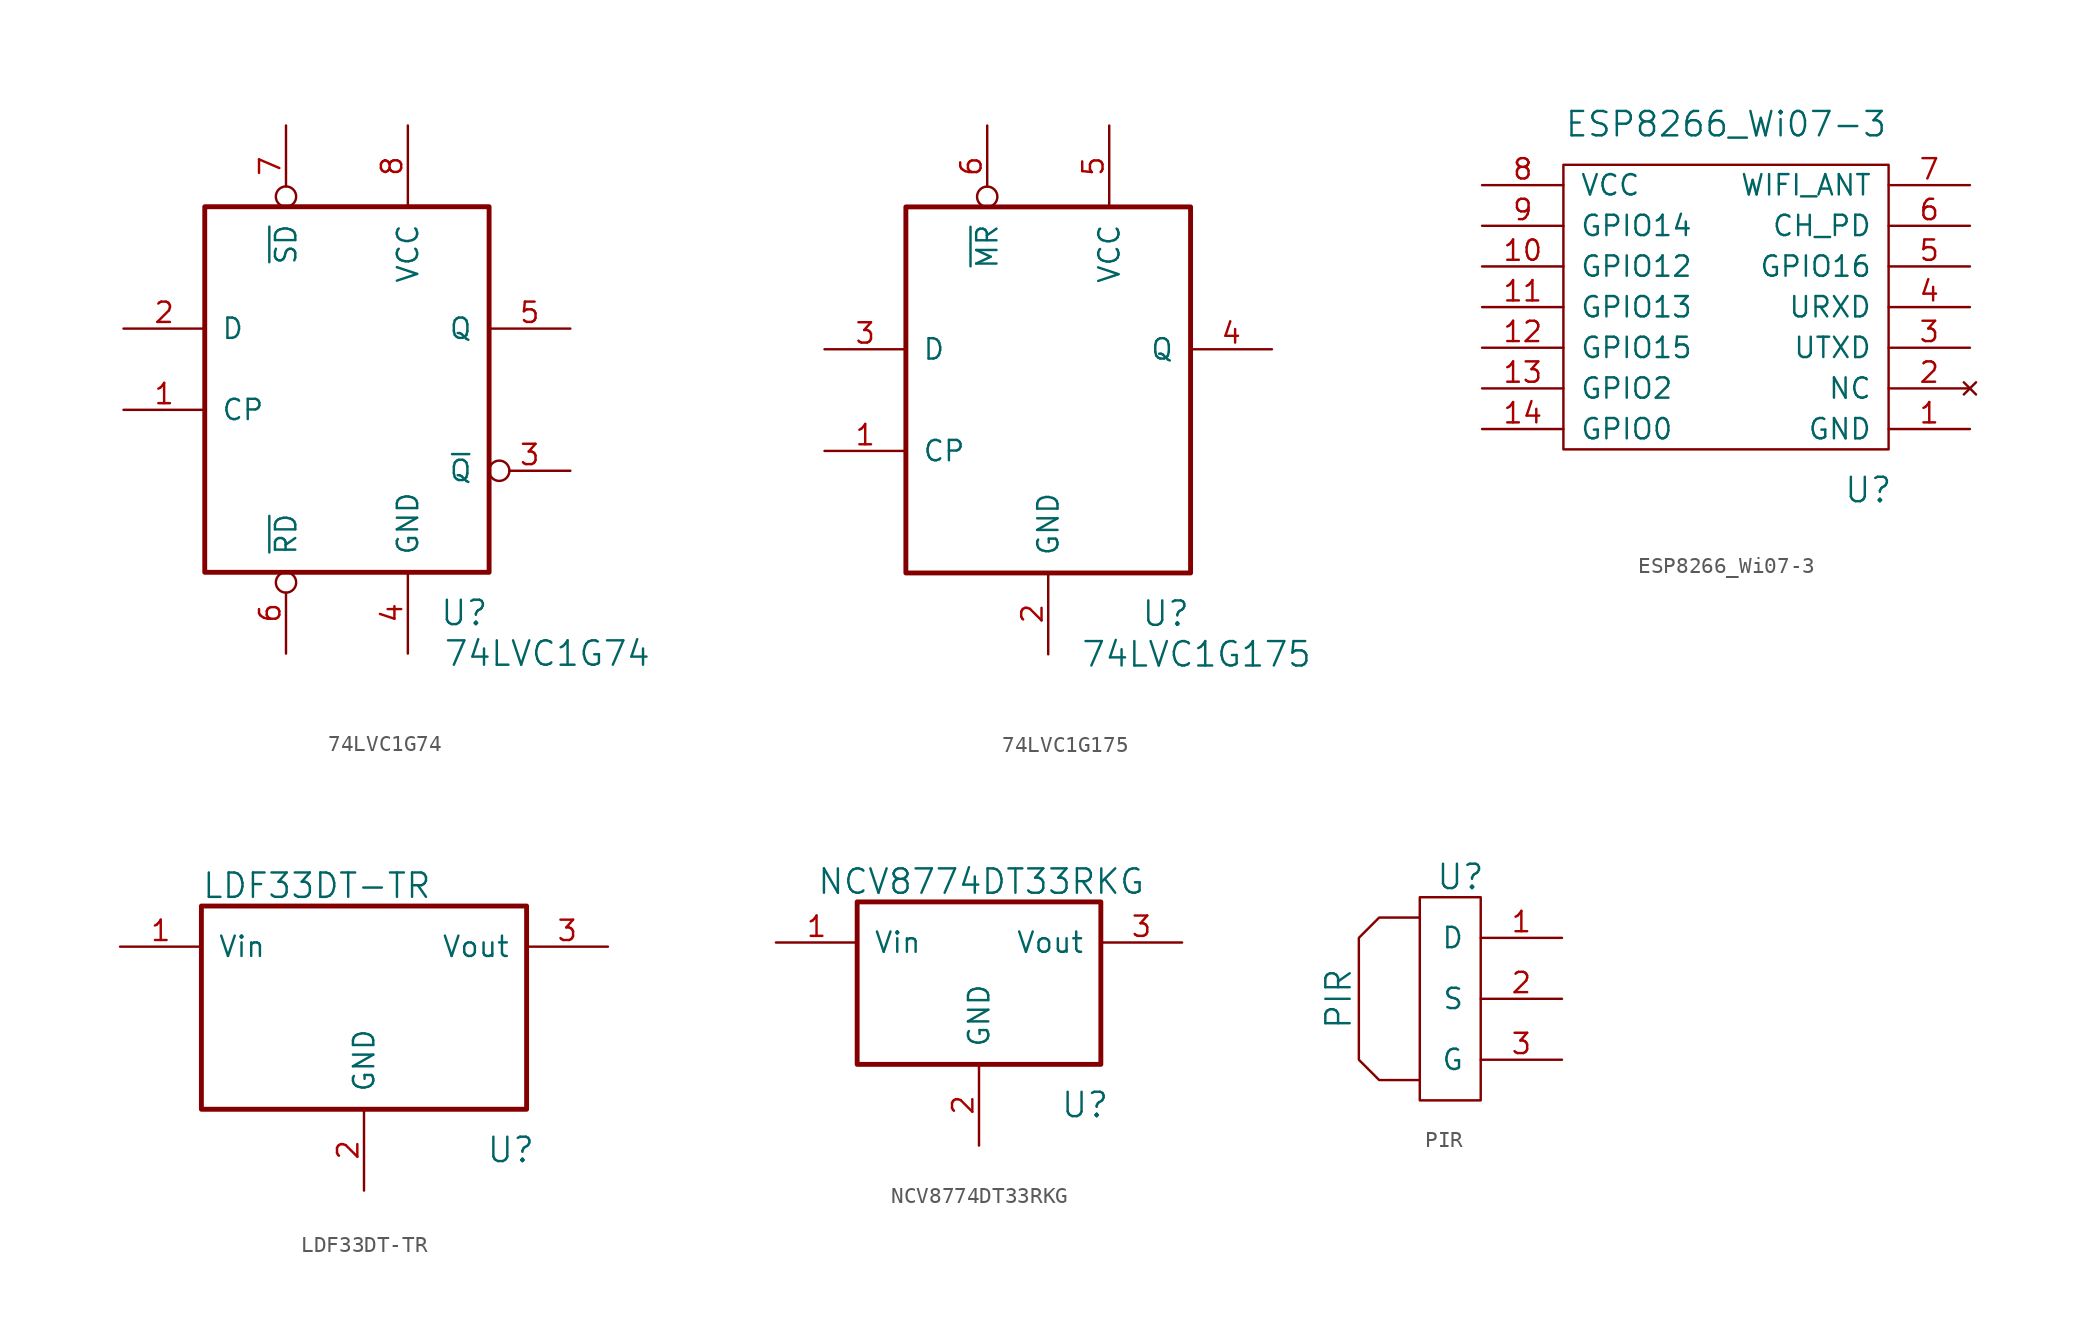
<source format=kicad_sym>
(kicad_symbol_lib
  (version 20211014)
  (generator kicad_symbol_editor)
  (symbol "74LVC1G74"
    (pin_names
      (offset 1.016))
    (property "Reference" "U"
      (at 22.86 -15.24 0)
      (effects (font (size 1.524 1.524)) (justify right)))
    (property "Value" "74LVC1G74"
      (at 33.02 -17.78 0)
      (effects (font (size 1.524 1.524)) (justify right)))
    (property "Footprint" ""
      (at 0 0 0)
      (effects (font (size 1.524 1.524))))
    (property "Datasheet" ""
      (at 0 0 0)
      (effects (font (size 1.524 1.524))))
    (symbol "74LVC1G74_1_1"
      (rectangle (start 5.08 10.16) (end 22.86 -12.7) (stroke (width 0.305) (type default) (color 0 0 0 0)) (fill (type none)))
      (pin input line (at 0 -2.54 0) (length 5.08) (name "CP" (effects (font (size 1.27 1.27)))) (number "1" (effects (font (size 1.27 1.27)))))
      (pin input line (at 0 2.54 0) (length 5.08) (name "D" (effects (font (size 1.27 1.27)))) (number "2" (effects (font (size 1.27 1.27)))))
      (pin output inverted (at 27.94 -6.35 180) (length 5.08) (name "~{Q}" (effects (font (size 1.27 1.27)))) (number "3" (effects (font (size 1.27 1.27)))))
      (pin power_in line (at 17.78 -17.78 90) (length 5.08) (name "GND" (effects (font (size 1.27 1.27)))) (number "4" (effects (font (size 1.27 1.27)))))
      (pin output line (at 27.94 2.54 180) (length 5.08) (name "Q" (effects (font (size 1.27 1.27)))) (number "5" (effects (font (size 1.27 1.27)))))
      (pin input inverted (at 10.16 -17.78 90) (length 5.08) (name "~{RD}" (effects (font (size 1.27 1.27)))) (number "6" (effects (font (size 1.27 1.27)))))
      (pin input inverted (at 10.16 15.24 270) (length 5.08) (name "~{SD}" (effects (font (size 1.27 1.27)))) (number "7" (effects (font (size 1.27 1.27)))))
      (pin power_in line (at 17.78 15.24 270) (length 5.08) (name "VCC" (effects (font (size 1.27 1.27)))) (number "8" (effects (font (size 1.27 1.27)))))))
  (symbol "74LVC1G175"
    (pin_names
      (offset 1.016))
    (property "Reference" "U"
      (at 22.86 -15.24 0)
      (effects (font (size 1.524 1.524)) (justify right)))
    (property "Value" "74LVC1G175"
      (at 30.48 -17.78 0)
      (effects (font (size 1.524 1.524)) (justify right)))
    (property "Footprint" ""
      (at 0 0 0)
      (effects (font (size 1.524 1.524))))
    (property "Datasheet" ""
      (at 0 0 0)
      (effects (font (size 1.524 1.524))))
    (symbol "74LVC1G175_1_1"
      (rectangle (start 5.08 10.16) (end 22.86 -12.7) (stroke (width 0.305) (type default) (color 0 0 0 0)) (fill (type none)))
      (pin input line (at 0 -5.08 0) (length 5.08) (name "CP" (effects (font (size 1.27 1.27)))) (number "1" (effects (font (size 1.27 1.27)))))
      (pin power_in line (at 13.97 -17.78 90) (length 5.08) (name "GND" (effects (font (size 1.27 1.27)))) (number "2" (effects (font (size 1.27 1.27)))))
      (pin input line (at 0 1.27 0) (length 5.08) (name "D" (effects (font (size 1.27 1.27)))) (number "3" (effects (font (size 1.27 1.27)))))
      (pin output line (at 27.94 1.27 180) (length 5.08) (name "Q" (effects (font (size 1.27 1.27)))) (number "4" (effects (font (size 1.27 1.27)))))
      (pin power_in line (at 17.78 15.24 270) (length 5.08) (name "VCC" (effects (font (size 1.27 1.27)))) (number "5" (effects (font (size 1.27 1.27)))))
      (pin input inverted (at 10.16 15.24 270) (length 5.08) (name "~{MR}" (effects (font (size 1.27 1.27)))) (number "6" (effects (font (size 1.27 1.27)))))))
  (symbol "ESP8266_Wi07-3"
    (pin_names
      (offset 1.016))
    (property "Reference" "U"
      (at 8.89 -11.43 0)
      (effects (font (size 1.524 1.524))))
    (property "Value" "ESP8266_Wi07-3"
      (at 0 11.43 0)
      (effects (font (size 1.524 1.524))))
    (property "Footprint" ""
      (at 0 0 0)
      (effects (font (size 1.524 1.524))))
    (property "Datasheet" ""
      (at 0 0 0)
      (effects (font (size 1.524 1.524))))
    (symbol "ESP8266_Wi07-3_0_1"
      (rectangle (start 10.16 -8.89) (end -10.16 8.89) (stroke (width 0) (type default) (color 0 0 0 0)) (fill (type none))))
    (symbol "ESP8266_Wi07-3_1_1"
      (pin power_in line (at 15.24 -7.62 180) (length 5.08) (name "GND" (effects (font (size 1.27 1.27)))) (number "1" (effects (font (size 1.27 1.27)))))
      (pin bidirectional line (at -15.24 2.54 0) (length 5.08) (name "GPIO12" (effects (font (size 1.27 1.27)))) (number "10" (effects (font (size 1.27 1.27)))))
      (pin bidirectional line (at -15.24 0 0) (length 5.08) (name "GPIO13" (effects (font (size 1.27 1.27)))) (number "11" (effects (font (size 1.27 1.27)))))
      (pin bidirectional line (at -15.24 -2.54 0) (length 5.08) (name "GPIO15" (effects (font (size 1.27 1.27)))) (number "12" (effects (font (size 1.27 1.27)))))
      (pin bidirectional line (at -15.24 -5.08 0) (length 5.08) (name "GPIO2" (effects (font (size 1.27 1.27)))) (number "13" (effects (font (size 1.27 1.27)))))
      (pin bidirectional line (at -15.24 -7.62 0) (length 5.08) (name "GPIO0" (effects (font (size 1.27 1.27)))) (number "14" (effects (font (size 1.27 1.27)))))
      (pin no_connect line (at 15.24 -5.08 180) (length 5.08) (name "NC" (effects (font (size 1.27 1.27)))) (number "2" (effects (font (size 1.27 1.27)))))
      (pin input line (at 15.24 -2.54 180) (length 5.08) (name "UTXD" (effects (font (size 1.27 1.27)))) (number "3" (effects (font (size 1.27 1.27)))))
      (pin input line (at 15.24 0 180) (length 5.08) (name "URXD" (effects (font (size 1.27 1.27)))) (number "4" (effects (font (size 1.27 1.27)))))
      (pin bidirectional line (at 15.24 2.54 180) (length 5.08) (name "GPIO16" (effects (font (size 1.27 1.27)))) (number "5" (effects (font (size 1.27 1.27)))))
      (pin input line (at 15.24 5.08 180) (length 5.08) (name "CH_PD" (effects (font (size 1.27 1.27)))) (number "6" (effects (font (size 1.27 1.27)))))
      (pin input line (at 15.24 7.62 180) (length 5.08) (name "WIFI_ANT" (effects (font (size 1.27 1.27)))) (number "7" (effects (font (size 1.27 1.27)))))
      (pin power_in line (at -15.24 7.62 0) (length 5.08) (name "VCC" (effects (font (size 1.27 1.27)))) (number "8" (effects (font (size 1.27 1.27)))))
      (pin bidirectional line (at -15.24 5.08 0) (length 5.08) (name "GPIO14" (effects (font (size 1.27 1.27)))) (number "9" (effects (font (size 1.27 1.27)))))))
  (symbol "LDF33DT-TR"
    (pin_names
      (offset 1.016))
    (property "Reference" "U"
      (at 22.86 -12.7 0)
      (effects (font (size 1.524 1.524)) (justify left)))
    (property "Value" "LDF33DT-TR"
      (at 5.08 3.81 0)
      (effects (font (size 1.524 1.524)) (justify left)))
    (property "Footprint" ""
      (at 0 0 0)
      (effects (font (size 1.524 1.524))))
    (property "Datasheet" ""
      (at 0 0 0)
      (effects (font (size 1.524 1.524))))
    (symbol "LDF33DT-TR_1_1"
      (rectangle (start 5.08 2.54) (end 25.4 -10.16) (stroke (width 0.305) (type default) (color 0 0 0 0)) (fill (type none)))
      (pin power_in line (at 0 0 0) (length 5.08) (name "Vin" (effects (font (size 1.27 1.27)))) (number "1" (effects (font (size 1.27 1.27)))))
      (pin power_in line (at 15.24 -15.24 90) (length 5.08) (name "GND" (effects (font (size 1.27 1.27)))) (number "2" (effects (font (size 1.27 1.27)))))
      (pin power_out line (at 30.48 0 180) (length 5.08) (name "Vout" (effects (font (size 1.27 1.27)))) (number "3" (effects (font (size 1.27 1.27)))))))
  (symbol "NCV8774DT33RKG"
    (pin_names
      (offset 1.016))
    (property "Reference" "U"
      (at 17.78 -10.16 0)
      (effects (font (size 1.524 1.524)) (justify left)))
    (property "Value" "NCV8774DT33RKG"
      (at 2.54 3.81 0)
      (effects (font (size 1.524 1.524)) (justify left)))
    (property "Footprint" ""
      (at 0 0 0)
      (effects (font (size 1.524 1.524))))
    (property "Datasheet" ""
      (at 0 0 0)
      (effects (font (size 1.524 1.524))))
    (symbol "NCV8774DT33RKG_1_1"
      (rectangle (start 5.08 2.54) (end 20.32 -7.62) (stroke (width 0.305) (type default) (color 0 0 0 0)) (fill (type none)))
      (pin power_in line (at 0 0 0) (length 5.08) (name "Vin" (effects (font (size 1.27 1.27)))) (number "1" (effects (font (size 1.27 1.27)))))
      (pin power_in line (at 12.7 -12.7 90) (length 5.08) (name "GND" (effects (font (size 1.27 1.27)))) (number "2" (effects (font (size 1.27 1.27)))))
      (pin power_out line (at 25.4 0 180) (length 5.08) (name "Vout" (effects (font (size 1.27 1.27)))) (number "3" (effects (font (size 1.27 1.27)))))))
  (symbol "PIR"
    (pin_names
      (offset 1.016))
    (property "Reference" "U"
      (at -1.27 5.08 0)
      (effects (font (size 1.524 1.524))))
    (property "Value" "PIR"
      (at -8.89 -2.54 90)
      (effects (font (size 1.524 1.524))))
    (property "Footprint" ""
      (at 0 0 0)
      (effects (font (size 1.524 1.524))))
    (property "Datasheet" ""
      (at 0 0 0)
      (effects (font (size 1.524 1.524))))
    (symbol "PIR_0_1"
      (rectangle (start -3.81 3.81) (end 0 -8.89) (stroke (width 0) (type default) (color 0 0 0 0)) (fill (type none)))
      (polyline (pts (xy -3.81 -7.62) (xy -6.35 -7.62) (xy -7.62 -6.35) (xy -7.62 1.27) (xy -6.35 2.54) (xy -3.81 2.54)) (stroke (width 0) (type default) (color 0 0 0 0)) (fill (type none))))
    (symbol "PIR_1_1"
      (pin power_in line (at 5.08 1.27 180) (length 5.08) (name "D" (effects (font (size 1.27 1.27)))) (number "1" (effects (font (size 1.27 1.27)))))
      (pin output line (at 5.08 -2.54 180) (length 5.08) (name "S" (effects (font (size 1.27 1.27)))) (number "2" (effects (font (size 1.27 1.27)))))
      (pin power_in line (at 5.08 -6.35 180) (length 5.08) (name "G" (effects (font (size 1.27 1.27)))) (number "3" (effects (font (size 1.27 1.27))))))))
</source>
